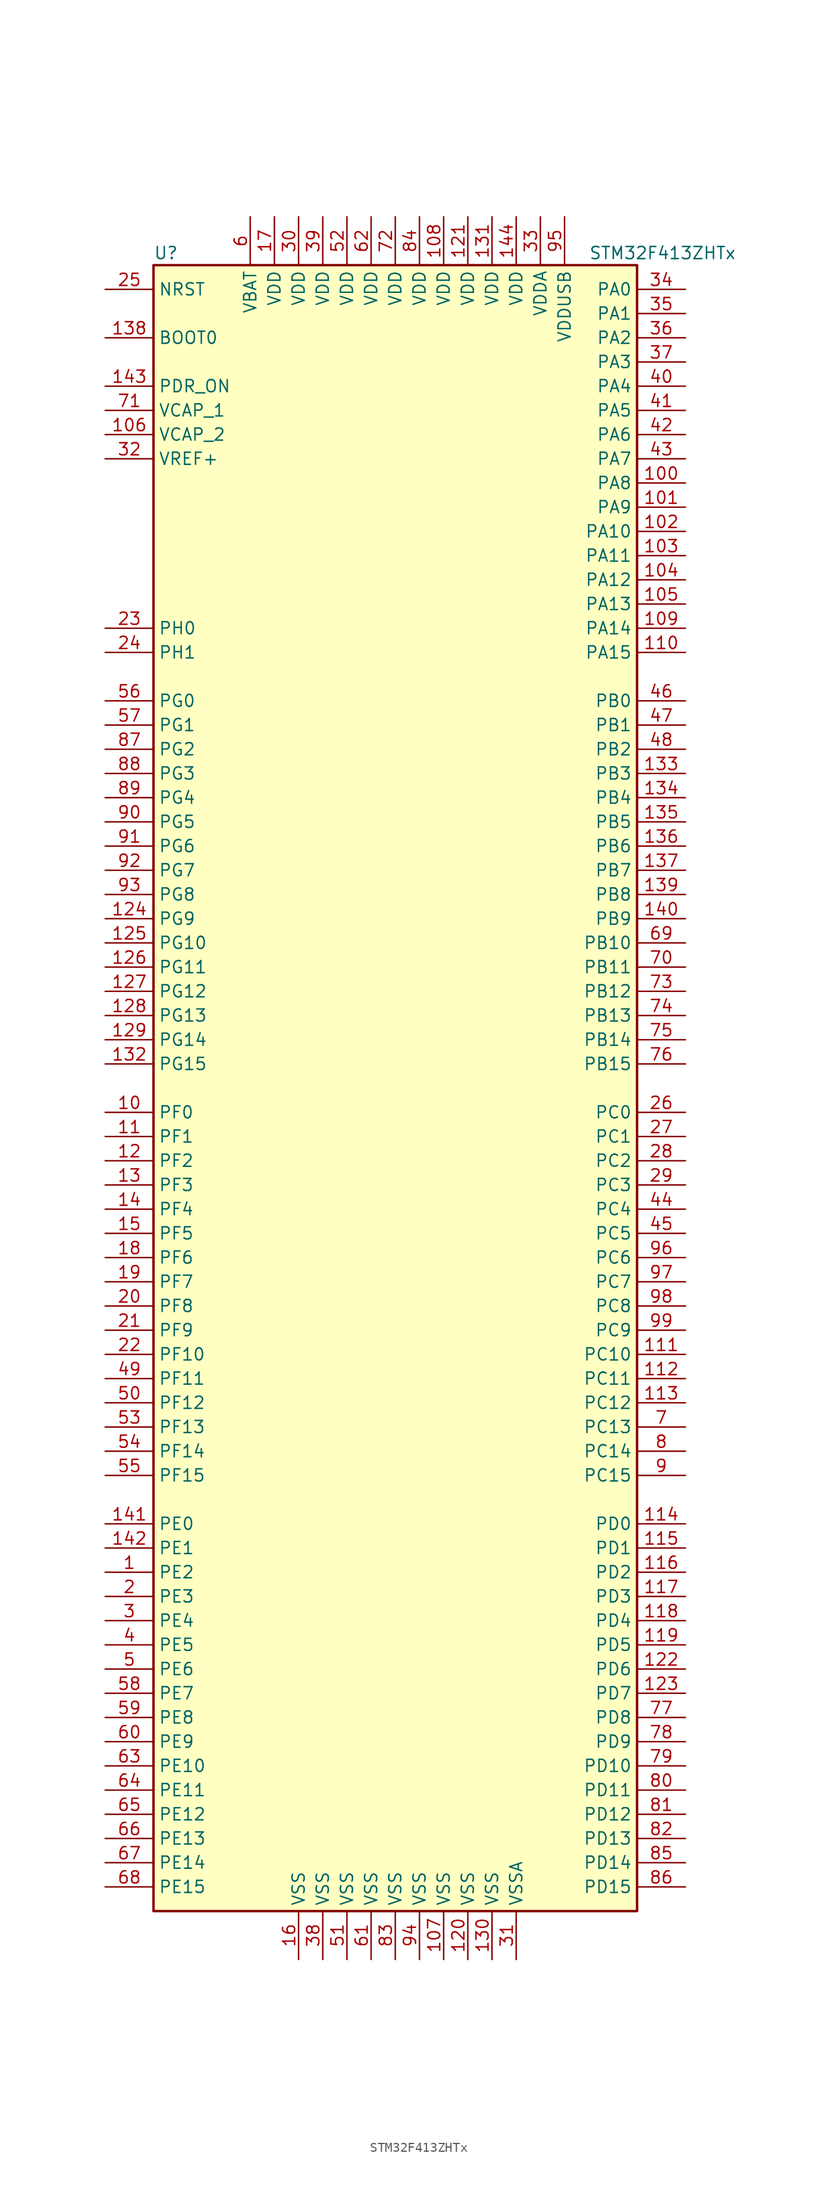
<source format=kicad_sym>
(kicad_symbol_lib
  (version 20220914)
  (generator kicad_symbol_editor)
  (symbol "STM32F413ZHTx"
    (property "Reference" "U"
      (at -25.4 87.63 0)
      (effects (font (size 1.27 1.27)) (justify left)))
    (property "Value" "STM32F413ZHTx"
      (at 20.32 87.63 0)
      (effects (font (size 1.27 1.27)) (justify left)))
    (symbol "STM32F413ZHTx_0_1"
      (rectangle (start -25.4 -86.36) (end 25.4 86.36) (stroke (width 0.254) (type default)) (fill (type background))))
    (symbol "STM32F413ZHTx_1_1"
      (pin bidirectional line (at -30.48 -50.8 0) (length 5.08) (name "PE2" (effects (font (size 1.27 1.27)))) (number "1" (effects (font (size 1.27 1.27)))))
      (pin bidirectional line (at -30.48 -2.54 0) (length 5.08) (name "PF0" (effects (font (size 1.27 1.27)))) (number "10" (effects (font (size 1.27 1.27)))))
      (pin bidirectional line (at 30.48 63.5 180) (length 5.08) (name "PA8" (effects (font (size 1.27 1.27)))) (number "100" (effects (font (size 1.27 1.27)))))
      (pin bidirectional line (at 30.48 60.96 180) (length 5.08) (name "PA9" (effects (font (size 1.27 1.27)))) (number "101" (effects (font (size 1.27 1.27)))))
      (pin bidirectional line (at 30.48 58.42 180) (length 5.08) (name "PA10" (effects (font (size 1.27 1.27)))) (number "102" (effects (font (size 1.27 1.27)))))
      (pin bidirectional line (at 30.48 55.88 180) (length 5.08) (name "PA11" (effects (font (size 1.27 1.27)))) (number "103" (effects (font (size 1.27 1.27)))))
      (pin bidirectional line (at 30.48 53.34 180) (length 5.08) (name "PA12" (effects (font (size 1.27 1.27)))) (number "104" (effects (font (size 1.27 1.27)))))
      (pin bidirectional line (at 30.48 50.8 180) (length 5.08) (name "PA13" (effects (font (size 1.27 1.27)))) (number "105" (effects (font (size 1.27 1.27)))))
      (pin power_in line (at -30.48 68.58 0) (length 5.08) (name "VCAP_2" (effects (font (size 1.27 1.27)))) (number "106" (effects (font (size 1.27 1.27)))))
      (pin power_in line (at 5.08 -91.44 90) (length 5.08) (name "VSS" (effects (font (size 1.27 1.27)))) (number "107" (effects (font (size 1.27 1.27)))))
      (pin power_in line (at 5.08 91.44 270) (length 5.08) (name "VDD" (effects (font (size 1.27 1.27)))) (number "108" (effects (font (size 1.27 1.27)))))
      (pin bidirectional line (at 30.48 48.26 180) (length 5.08) (name "PA14" (effects (font (size 1.27 1.27)))) (number "109" (effects (font (size 1.27 1.27)))))
      (pin bidirectional line (at -30.48 -5.08 0) (length 5.08) (name "PF1" (effects (font (size 1.27 1.27)))) (number "11" (effects (font (size 1.27 1.27)))))
      (pin bidirectional line (at 30.48 45.72 180) (length 5.08) (name "PA15" (effects (font (size 1.27 1.27)))) (number "110" (effects (font (size 1.27 1.27)))))
      (pin bidirectional line (at 30.48 -27.94 180) (length 5.08) (name "PC10" (effects (font (size 1.27 1.27)))) (number "111" (effects (font (size 1.27 1.27)))))
      (pin bidirectional line (at 30.48 -30.48 180) (length 5.08) (name "PC11" (effects (font (size 1.27 1.27)))) (number "112" (effects (font (size 1.27 1.27)))))
      (pin bidirectional line (at 30.48 -33.02 180) (length 5.08) (name "PC12" (effects (font (size 1.27 1.27)))) (number "113" (effects (font (size 1.27 1.27)))))
      (pin bidirectional line (at 30.48 -45.72 180) (length 5.08) (name "PD0" (effects (font (size 1.27 1.27)))) (number "114" (effects (font (size 1.27 1.27)))))
      (pin bidirectional line (at 30.48 -48.26 180) (length 5.08) (name "PD1" (effects (font (size 1.27 1.27)))) (number "115" (effects (font (size 1.27 1.27)))))
      (pin bidirectional line (at 30.48 -50.8 180) (length 5.08) (name "PD2" (effects (font (size 1.27 1.27)))) (number "116" (effects (font (size 1.27 1.27)))))
      (pin bidirectional line (at 30.48 -53.34 180) (length 5.08) (name "PD3" (effects (font (size 1.27 1.27)))) (number "117" (effects (font (size 1.27 1.27)))))
      (pin bidirectional line (at 30.48 -55.88 180) (length 5.08) (name "PD4" (effects (font (size 1.27 1.27)))) (number "118" (effects (font (size 1.27 1.27)))))
      (pin bidirectional line (at 30.48 -58.42 180) (length 5.08) (name "PD5" (effects (font (size 1.27 1.27)))) (number "119" (effects (font (size 1.27 1.27)))))
      (pin bidirectional line (at -30.48 -7.62 0) (length 5.08) (name "PF2" (effects (font (size 1.27 1.27)))) (number "12" (effects (font (size 1.27 1.27)))))
      (pin power_in line (at 7.62 -91.44 90) (length 5.08) (name "VSS" (effects (font (size 1.27 1.27)))) (number "120" (effects (font (size 1.27 1.27)))))
      (pin power_in line (at 7.62 91.44 270) (length 5.08) (name "VDD" (effects (font (size 1.27 1.27)))) (number "121" (effects (font (size 1.27 1.27)))))
      (pin bidirectional line (at 30.48 -60.96 180) (length 5.08) (name "PD6" (effects (font (size 1.27 1.27)))) (number "122" (effects (font (size 1.27 1.27)))))
      (pin bidirectional line (at 30.48 -63.5 180) (length 5.08) (name "PD7" (effects (font (size 1.27 1.27)))) (number "123" (effects (font (size 1.27 1.27)))))
      (pin bidirectional line (at -30.48 17.78 0) (length 5.08) (name "PG9" (effects (font (size 1.27 1.27)))) (number "124" (effects (font (size 1.27 1.27)))))
      (pin bidirectional line (at -30.48 15.24 0) (length 5.08) (name "PG10" (effects (font (size 1.27 1.27)))) (number "125" (effects (font (size 1.27 1.27)))))
      (pin bidirectional line (at -30.48 12.7 0) (length 5.08) (name "PG11" (effects (font (size 1.27 1.27)))) (number "126" (effects (font (size 1.27 1.27)))))
      (pin bidirectional line (at -30.48 10.16 0) (length 5.08) (name "PG12" (effects (font (size 1.27 1.27)))) (number "127" (effects (font (size 1.27 1.27)))))
      (pin bidirectional line (at -30.48 7.62 0) (length 5.08) (name "PG13" (effects (font (size 1.27 1.27)))) (number "128" (effects (font (size 1.27 1.27)))))
      (pin bidirectional line (at -30.48 5.08 0) (length 5.08) (name "PG14" (effects (font (size 1.27 1.27)))) (number "129" (effects (font (size 1.27 1.27)))))
      (pin bidirectional line (at -30.48 -10.16 0) (length 5.08) (name "PF3" (effects (font (size 1.27 1.27)))) (number "13" (effects (font (size 1.27 1.27)))))
      (pin power_in line (at 10.16 -91.44 90) (length 5.08) (name "VSS" (effects (font (size 1.27 1.27)))) (number "130" (effects (font (size 1.27 1.27)))))
      (pin power_in line (at 10.16 91.44 270) (length 5.08) (name "VDD" (effects (font (size 1.27 1.27)))) (number "131" (effects (font (size 1.27 1.27)))))
      (pin bidirectional line (at -30.48 2.54 0) (length 5.08) (name "PG15" (effects (font (size 1.27 1.27)))) (number "132" (effects (font (size 1.27 1.27)))))
      (pin bidirectional line (at 30.48 33.02 180) (length 5.08) (name "PB3" (effects (font (size 1.27 1.27)))) (number "133" (effects (font (size 1.27 1.27)))))
      (pin bidirectional line (at 30.48 30.48 180) (length 5.08) (name "PB4" (effects (font (size 1.27 1.27)))) (number "134" (effects (font (size 1.27 1.27)))))
      (pin bidirectional line (at 30.48 27.94 180) (length 5.08) (name "PB5" (effects (font (size 1.27 1.27)))) (number "135" (effects (font (size 1.27 1.27)))))
      (pin bidirectional line (at 30.48 25.4 180) (length 5.08) (name "PB6" (effects (font (size 1.27 1.27)))) (number "136" (effects (font (size 1.27 1.27)))))
      (pin bidirectional line (at 30.48 22.86 180) (length 5.08) (name "PB7" (effects (font (size 1.27 1.27)))) (number "137" (effects (font (size 1.27 1.27)))))
      (pin input line (at -30.48 78.74 0) (length 5.08) (name "BOOT0" (effects (font (size 1.27 1.27)))) (number "138" (effects (font (size 1.27 1.27)))))
      (pin bidirectional line (at 30.48 20.32 180) (length 5.08) (name "PB8" (effects (font (size 1.27 1.27)))) (number "139" (effects (font (size 1.27 1.27)))))
      (pin bidirectional line (at -30.48 -12.7 0) (length 5.08) (name "PF4" (effects (font (size 1.27 1.27)))) (number "14" (effects (font (size 1.27 1.27)))))
      (pin bidirectional line (at 30.48 17.78 180) (length 5.08) (name "PB9" (effects (font (size 1.27 1.27)))) (number "140" (effects (font (size 1.27 1.27)))))
      (pin bidirectional line (at -30.48 -45.72 0) (length 5.08) (name "PE0" (effects (font (size 1.27 1.27)))) (number "141" (effects (font (size 1.27 1.27)))))
      (pin bidirectional line (at -30.48 -48.26 0) (length 5.08) (name "PE1" (effects (font (size 1.27 1.27)))) (number "142" (effects (font (size 1.27 1.27)))))
      (pin power_in line (at -30.48 73.66 0) (length 5.08) (name "PDR_ON" (effects (font (size 1.27 1.27)))) (number "143" (effects (font (size 1.27 1.27)))))
      (pin power_in line (at 12.7 91.44 270) (length 5.08) (name "VDD" (effects (font (size 1.27 1.27)))) (number "144" (effects (font (size 1.27 1.27)))))
      (pin bidirectional line (at -30.48 -15.24 0) (length 5.08) (name "PF5" (effects (font (size 1.27 1.27)))) (number "15" (effects (font (size 1.27 1.27)))))
      (pin power_in line (at -10.16 -91.44 90) (length 5.08) (name "VSS" (effects (font (size 1.27 1.27)))) (number "16" (effects (font (size 1.27 1.27)))))
      (pin power_in line (at -12.7 91.44 270) (length 5.08) (name "VDD" (effects (font (size 1.27 1.27)))) (number "17" (effects (font (size 1.27 1.27)))))
      (pin bidirectional line (at -30.48 -17.78 0) (length 5.08) (name "PF6" (effects (font (size 1.27 1.27)))) (number "18" (effects (font (size 1.27 1.27)))))
      (pin bidirectional line (at -30.48 -20.32 0) (length 5.08) (name "PF7" (effects (font (size 1.27 1.27)))) (number "19" (effects (font (size 1.27 1.27)))))
      (pin bidirectional line (at -30.48 -53.34 0) (length 5.08) (name "PE3" (effects (font (size 1.27 1.27)))) (number "2" (effects (font (size 1.27 1.27)))))
      (pin bidirectional line (at -30.48 -22.86 0) (length 5.08) (name "PF8" (effects (font (size 1.27 1.27)))) (number "20" (effects (font (size 1.27 1.27)))))
      (pin bidirectional line (at -30.48 -25.4 0) (length 5.08) (name "PF9" (effects (font (size 1.27 1.27)))) (number "21" (effects (font (size 1.27 1.27)))))
      (pin bidirectional line (at -30.48 -27.94 0) (length 5.08) (name "PF10" (effects (font (size 1.27 1.27)))) (number "22" (effects (font (size 1.27 1.27)))))
      (pin input line (at -30.48 48.26 0) (length 5.08) (name "PH0" (effects (font (size 1.27 1.27)))) (number "23" (effects (font (size 1.27 1.27)))))
      (pin input line (at -30.48 45.72 0) (length 5.08) (name "PH1" (effects (font (size 1.27 1.27)))) (number "24" (effects (font (size 1.27 1.27)))))
      (pin input line (at -30.48 83.82 0) (length 5.08) (name "NRST" (effects (font (size 1.27 1.27)))) (number "25" (effects (font (size 1.27 1.27)))))
      (pin bidirectional line (at 30.48 -2.54 180) (length 5.08) (name "PC0" (effects (font (size 1.27 1.27)))) (number "26" (effects (font (size 1.27 1.27)))))
      (pin bidirectional line (at 30.48 -5.08 180) (length 5.08) (name "PC1" (effects (font (size 1.27 1.27)))) (number "27" (effects (font (size 1.27 1.27)))))
      (pin bidirectional line (at 30.48 -7.62 180) (length 5.08) (name "PC2" (effects (font (size 1.27 1.27)))) (number "28" (effects (font (size 1.27 1.27)))))
      (pin bidirectional line (at 30.48 -10.16 180) (length 5.08) (name "PC3" (effects (font (size 1.27 1.27)))) (number "29" (effects (font (size 1.27 1.27)))))
      (pin bidirectional line (at -30.48 -55.88 0) (length 5.08) (name "PE4" (effects (font (size 1.27 1.27)))) (number "3" (effects (font (size 1.27 1.27)))))
      (pin power_in line (at -10.16 91.44 270) (length 5.08) (name "VDD" (effects (font (size 1.27 1.27)))) (number "30" (effects (font (size 1.27 1.27)))))
      (pin power_in line (at 12.7 -91.44 90) (length 5.08) (name "VSSA" (effects (font (size 1.27 1.27)))) (number "31" (effects (font (size 1.27 1.27)))))
      (pin power_in line (at -30.48 66.04 0) (length 5.08) (name "VREF+" (effects (font (size 1.27 1.27)))) (number "32" (effects (font (size 1.27 1.27)))))
      (pin power_in line (at 15.24 91.44 270) (length 5.08) (name "VDDA" (effects (font (size 1.27 1.27)))) (number "33" (effects (font (size 1.27 1.27)))))
      (pin bidirectional line (at 30.48 83.82 180) (length 5.08) (name "PA0" (effects (font (size 1.27 1.27)))) (number "34" (effects (font (size 1.27 1.27)))))
      (pin bidirectional line (at 30.48 81.28 180) (length 5.08) (name "PA1" (effects (font (size 1.27 1.27)))) (number "35" (effects (font (size 1.27 1.27)))))
      (pin bidirectional line (at 30.48 78.74 180) (length 5.08) (name "PA2" (effects (font (size 1.27 1.27)))) (number "36" (effects (font (size 1.27 1.27)))))
      (pin bidirectional line (at 30.48 76.2 180) (length 5.08) (name "PA3" (effects (font (size 1.27 1.27)))) (number "37" (effects (font (size 1.27 1.27)))))
      (pin power_in line (at -7.62 -91.44 90) (length 5.08) (name "VSS" (effects (font (size 1.27 1.27)))) (number "38" (effects (font (size 1.27 1.27)))))
      (pin power_in line (at -7.62 91.44 270) (length 5.08) (name "VDD" (effects (font (size 1.27 1.27)))) (number "39" (effects (font (size 1.27 1.27)))))
      (pin bidirectional line (at -30.48 -58.42 0) (length 5.08) (name "PE5" (effects (font (size 1.27 1.27)))) (number "4" (effects (font (size 1.27 1.27)))))
      (pin bidirectional line (at 30.48 73.66 180) (length 5.08) (name "PA4" (effects (font (size 1.27 1.27)))) (number "40" (effects (font (size 1.27 1.27)))))
      (pin bidirectional line (at 30.48 71.12 180) (length 5.08) (name "PA5" (effects (font (size 1.27 1.27)))) (number "41" (effects (font (size 1.27 1.27)))))
      (pin bidirectional line (at 30.48 68.58 180) (length 5.08) (name "PA6" (effects (font (size 1.27 1.27)))) (number "42" (effects (font (size 1.27 1.27)))))
      (pin bidirectional line (at 30.48 66.04 180) (length 5.08) (name "PA7" (effects (font (size 1.27 1.27)))) (number "43" (effects (font (size 1.27 1.27)))))
      (pin bidirectional line (at 30.48 -12.7 180) (length 5.08) (name "PC4" (effects (font (size 1.27 1.27)))) (number "44" (effects (font (size 1.27 1.27)))))
      (pin bidirectional line (at 30.48 -15.24 180) (length 5.08) (name "PC5" (effects (font (size 1.27 1.27)))) (number "45" (effects (font (size 1.27 1.27)))))
      (pin bidirectional line (at 30.48 40.64 180) (length 5.08) (name "PB0" (effects (font (size 1.27 1.27)))) (number "46" (effects (font (size 1.27 1.27)))))
      (pin bidirectional line (at 30.48 38.1 180) (length 5.08) (name "PB1" (effects (font (size 1.27 1.27)))) (number "47" (effects (font (size 1.27 1.27)))))
      (pin bidirectional line (at 30.48 35.56 180) (length 5.08) (name "PB2" (effects (font (size 1.27 1.27)))) (number "48" (effects (font (size 1.27 1.27)))))
      (pin bidirectional line (at -30.48 -30.48 0) (length 5.08) (name "PF11" (effects (font (size 1.27 1.27)))) (number "49" (effects (font (size 1.27 1.27)))))
      (pin bidirectional line (at -30.48 -60.96 0) (length 5.08) (name "PE6" (effects (font (size 1.27 1.27)))) (number "5" (effects (font (size 1.27 1.27)))))
      (pin bidirectional line (at -30.48 -33.02 0) (length 5.08) (name "PF12" (effects (font (size 1.27 1.27)))) (number "50" (effects (font (size 1.27 1.27)))))
      (pin power_in line (at -5.08 -91.44 90) (length 5.08) (name "VSS" (effects (font (size 1.27 1.27)))) (number "51" (effects (font (size 1.27 1.27)))))
      (pin power_in line (at -5.08 91.44 270) (length 5.08) (name "VDD" (effects (font (size 1.27 1.27)))) (number "52" (effects (font (size 1.27 1.27)))))
      (pin bidirectional line (at -30.48 -35.56 0) (length 5.08) (name "PF13" (effects (font (size 1.27 1.27)))) (number "53" (effects (font (size 1.27 1.27)))))
      (pin bidirectional line (at -30.48 -38.1 0) (length 5.08) (name "PF14" (effects (font (size 1.27 1.27)))) (number "54" (effects (font (size 1.27 1.27)))))
      (pin bidirectional line (at -30.48 -40.64 0) (length 5.08) (name "PF15" (effects (font (size 1.27 1.27)))) (number "55" (effects (font (size 1.27 1.27)))))
      (pin bidirectional line (at -30.48 40.64 0) (length 5.08) (name "PG0" (effects (font (size 1.27 1.27)))) (number "56" (effects (font (size 1.27 1.27)))))
      (pin bidirectional line (at -30.48 38.1 0) (length 5.08) (name "PG1" (effects (font (size 1.27 1.27)))) (number "57" (effects (font (size 1.27 1.27)))))
      (pin bidirectional line (at -30.48 -63.5 0) (length 5.08) (name "PE7" (effects (font (size 1.27 1.27)))) (number "58" (effects (font (size 1.27 1.27)))))
      (pin bidirectional line (at -30.48 -66.04 0) (length 5.08) (name "PE8" (effects (font (size 1.27 1.27)))) (number "59" (effects (font (size 1.27 1.27)))))
      (pin power_in line (at -15.24 91.44 270) (length 5.08) (name "VBAT" (effects (font (size 1.27 1.27)))) (number "6" (effects (font (size 1.27 1.27)))))
      (pin bidirectional line (at -30.48 -68.58 0) (length 5.08) (name "PE9" (effects (font (size 1.27 1.27)))) (number "60" (effects (font (size 1.27 1.27)))))
      (pin power_in line (at -2.54 -91.44 90) (length 5.08) (name "VSS" (effects (font (size 1.27 1.27)))) (number "61" (effects (font (size 1.27 1.27)))))
      (pin power_in line (at -2.54 91.44 270) (length 5.08) (name "VDD" (effects (font (size 1.27 1.27)))) (number "62" (effects (font (size 1.27 1.27)))))
      (pin bidirectional line (at -30.48 -71.12 0) (length 5.08) (name "PE10" (effects (font (size 1.27 1.27)))) (number "63" (effects (font (size 1.27 1.27)))))
      (pin bidirectional line (at -30.48 -73.66 0) (length 5.08) (name "PE11" (effects (font (size 1.27 1.27)))) (number "64" (effects (font (size 1.27 1.27)))))
      (pin bidirectional line (at -30.48 -76.2 0) (length 5.08) (name "PE12" (effects (font (size 1.27 1.27)))) (number "65" (effects (font (size 1.27 1.27)))))
      (pin bidirectional line (at -30.48 -78.74 0) (length 5.08) (name "PE13" (effects (font (size 1.27 1.27)))) (number "66" (effects (font (size 1.27 1.27)))))
      (pin bidirectional line (at -30.48 -81.28 0) (length 5.08) (name "PE14" (effects (font (size 1.27 1.27)))) (number "67" (effects (font (size 1.27 1.27)))))
      (pin bidirectional line (at -30.48 -83.82 0) (length 5.08) (name "PE15" (effects (font (size 1.27 1.27)))) (number "68" (effects (font (size 1.27 1.27)))))
      (pin bidirectional line (at 30.48 15.24 180) (length 5.08) (name "PB10" (effects (font (size 1.27 1.27)))) (number "69" (effects (font (size 1.27 1.27)))))
      (pin bidirectional line (at 30.48 -35.56 180) (length 5.08) (name "PC13" (effects (font (size 1.27 1.27)))) (number "7" (effects (font (size 1.27 1.27)))))
      (pin bidirectional line (at 30.48 12.7 180) (length 5.08) (name "PB11" (effects (font (size 1.27 1.27)))) (number "70" (effects (font (size 1.27 1.27)))))
      (pin power_in line (at -30.48 71.12 0) (length 5.08) (name "VCAP_1" (effects (font (size 1.27 1.27)))) (number "71" (effects (font (size 1.27 1.27)))))
      (pin power_in line (at 0 91.44 270) (length 5.08) (name "VDD" (effects (font (size 1.27 1.27)))) (number "72" (effects (font (size 1.27 1.27)))))
      (pin bidirectional line (at 30.48 10.16 180) (length 5.08) (name "PB12" (effects (font (size 1.27 1.27)))) (number "73" (effects (font (size 1.27 1.27)))))
      (pin bidirectional line (at 30.48 7.62 180) (length 5.08) (name "PB13" (effects (font (size 1.27 1.27)))) (number "74" (effects (font (size 1.27 1.27)))))
      (pin bidirectional line (at 30.48 5.08 180) (length 5.08) (name "PB14" (effects (font (size 1.27 1.27)))) (number "75" (effects (font (size 1.27 1.27)))))
      (pin bidirectional line (at 30.48 2.54 180) (length 5.08) (name "PB15" (effects (font (size 1.27 1.27)))) (number "76" (effects (font (size 1.27 1.27)))))
      (pin bidirectional line (at 30.48 -66.04 180) (length 5.08) (name "PD8" (effects (font (size 1.27 1.27)))) (number "77" (effects (font (size 1.27 1.27)))))
      (pin bidirectional line (at 30.48 -68.58 180) (length 5.08) (name "PD9" (effects (font (size 1.27 1.27)))) (number "78" (effects (font (size 1.27 1.27)))))
      (pin bidirectional line (at 30.48 -71.12 180) (length 5.08) (name "PD10" (effects (font (size 1.27 1.27)))) (number "79" (effects (font (size 1.27 1.27)))))
      (pin bidirectional line (at 30.48 -38.1 180) (length 5.08) (name "PC14" (effects (font (size 1.27 1.27)))) (number "8" (effects (font (size 1.27 1.27)))))
      (pin bidirectional line (at 30.48 -73.66 180) (length 5.08) (name "PD11" (effects (font (size 1.27 1.27)))) (number "80" (effects (font (size 1.27 1.27)))))
      (pin bidirectional line (at 30.48 -76.2 180) (length 5.08) (name "PD12" (effects (font (size 1.27 1.27)))) (number "81" (effects (font (size 1.27 1.27)))))
      (pin bidirectional line (at 30.48 -78.74 180) (length 5.08) (name "PD13" (effects (font (size 1.27 1.27)))) (number "82" (effects (font (size 1.27 1.27)))))
      (pin power_in line (at 0 -91.44 90) (length 5.08) (name "VSS" (effects (font (size 1.27 1.27)))) (number "83" (effects (font (size 1.27 1.27)))))
      (pin power_in line (at 2.54 91.44 270) (length 5.08) (name "VDD" (effects (font (size 1.27 1.27)))) (number "84" (effects (font (size 1.27 1.27)))))
      (pin bidirectional line (at 30.48 -81.28 180) (length 5.08) (name "PD14" (effects (font (size 1.27 1.27)))) (number "85" (effects (font (size 1.27 1.27)))))
      (pin bidirectional line (at 30.48 -83.82 180) (length 5.08) (name "PD15" (effects (font (size 1.27 1.27)))) (number "86" (effects (font (size 1.27 1.27)))))
      (pin bidirectional line (at -30.48 35.56 0) (length 5.08) (name "PG2" (effects (font (size 1.27 1.27)))) (number "87" (effects (font (size 1.27 1.27)))))
      (pin bidirectional line (at -30.48 33.02 0) (length 5.08) (name "PG3" (effects (font (size 1.27 1.27)))) (number "88" (effects (font (size 1.27 1.27)))))
      (pin bidirectional line (at -30.48 30.48 0) (length 5.08) (name "PG4" (effects (font (size 1.27 1.27)))) (number "89" (effects (font (size 1.27 1.27)))))
      (pin bidirectional line (at 30.48 -40.64 180) (length 5.08) (name "PC15" (effects (font (size 1.27 1.27)))) (number "9" (effects (font (size 1.27 1.27)))))
      (pin bidirectional line (at -30.48 27.94 0) (length 5.08) (name "PG5" (effects (font (size 1.27 1.27)))) (number "90" (effects (font (size 1.27 1.27)))))
      (pin bidirectional line (at -30.48 25.4 0) (length 5.08) (name "PG6" (effects (font (size 1.27 1.27)))) (number "91" (effects (font (size 1.27 1.27)))))
      (pin bidirectional line (at -30.48 22.86 0) (length 5.08) (name "PG7" (effects (font (size 1.27 1.27)))) (number "92" (effects (font (size 1.27 1.27)))))
      (pin bidirectional line (at -30.48 20.32 0) (length 5.08) (name "PG8" (effects (font (size 1.27 1.27)))) (number "93" (effects (font (size 1.27 1.27)))))
      (pin power_in line (at 2.54 -91.44 90) (length 5.08) (name "VSS" (effects (font (size 1.27 1.27)))) (number "94" (effects (font (size 1.27 1.27)))))
      (pin power_in line (at 17.78 91.44 270) (length 5.08) (name "VDDUSB" (effects (font (size 1.27 1.27)))) (number "95" (effects (font (size 1.27 1.27)))))
      (pin bidirectional line (at 30.48 -17.78 180) (length 5.08) (name "PC6" (effects (font (size 1.27 1.27)))) (number "96" (effects (font (size 1.27 1.27)))))
      (pin bidirectional line (at 30.48 -20.32 180) (length 5.08) (name "PC7" (effects (font (size 1.27 1.27)))) (number "97" (effects (font (size 1.27 1.27)))))
      (pin bidirectional line (at 30.48 -22.86 180) (length 5.08) (name "PC8" (effects (font (size 1.27 1.27)))) (number "98" (effects (font (size 1.27 1.27)))))
      (pin bidirectional line (at 30.48 -25.4 180) (length 5.08) (name "PC9" (effects (font (size 1.27 1.27)))) (number "99" (effects (font (size 1.27 1.27))))))))
</source>
